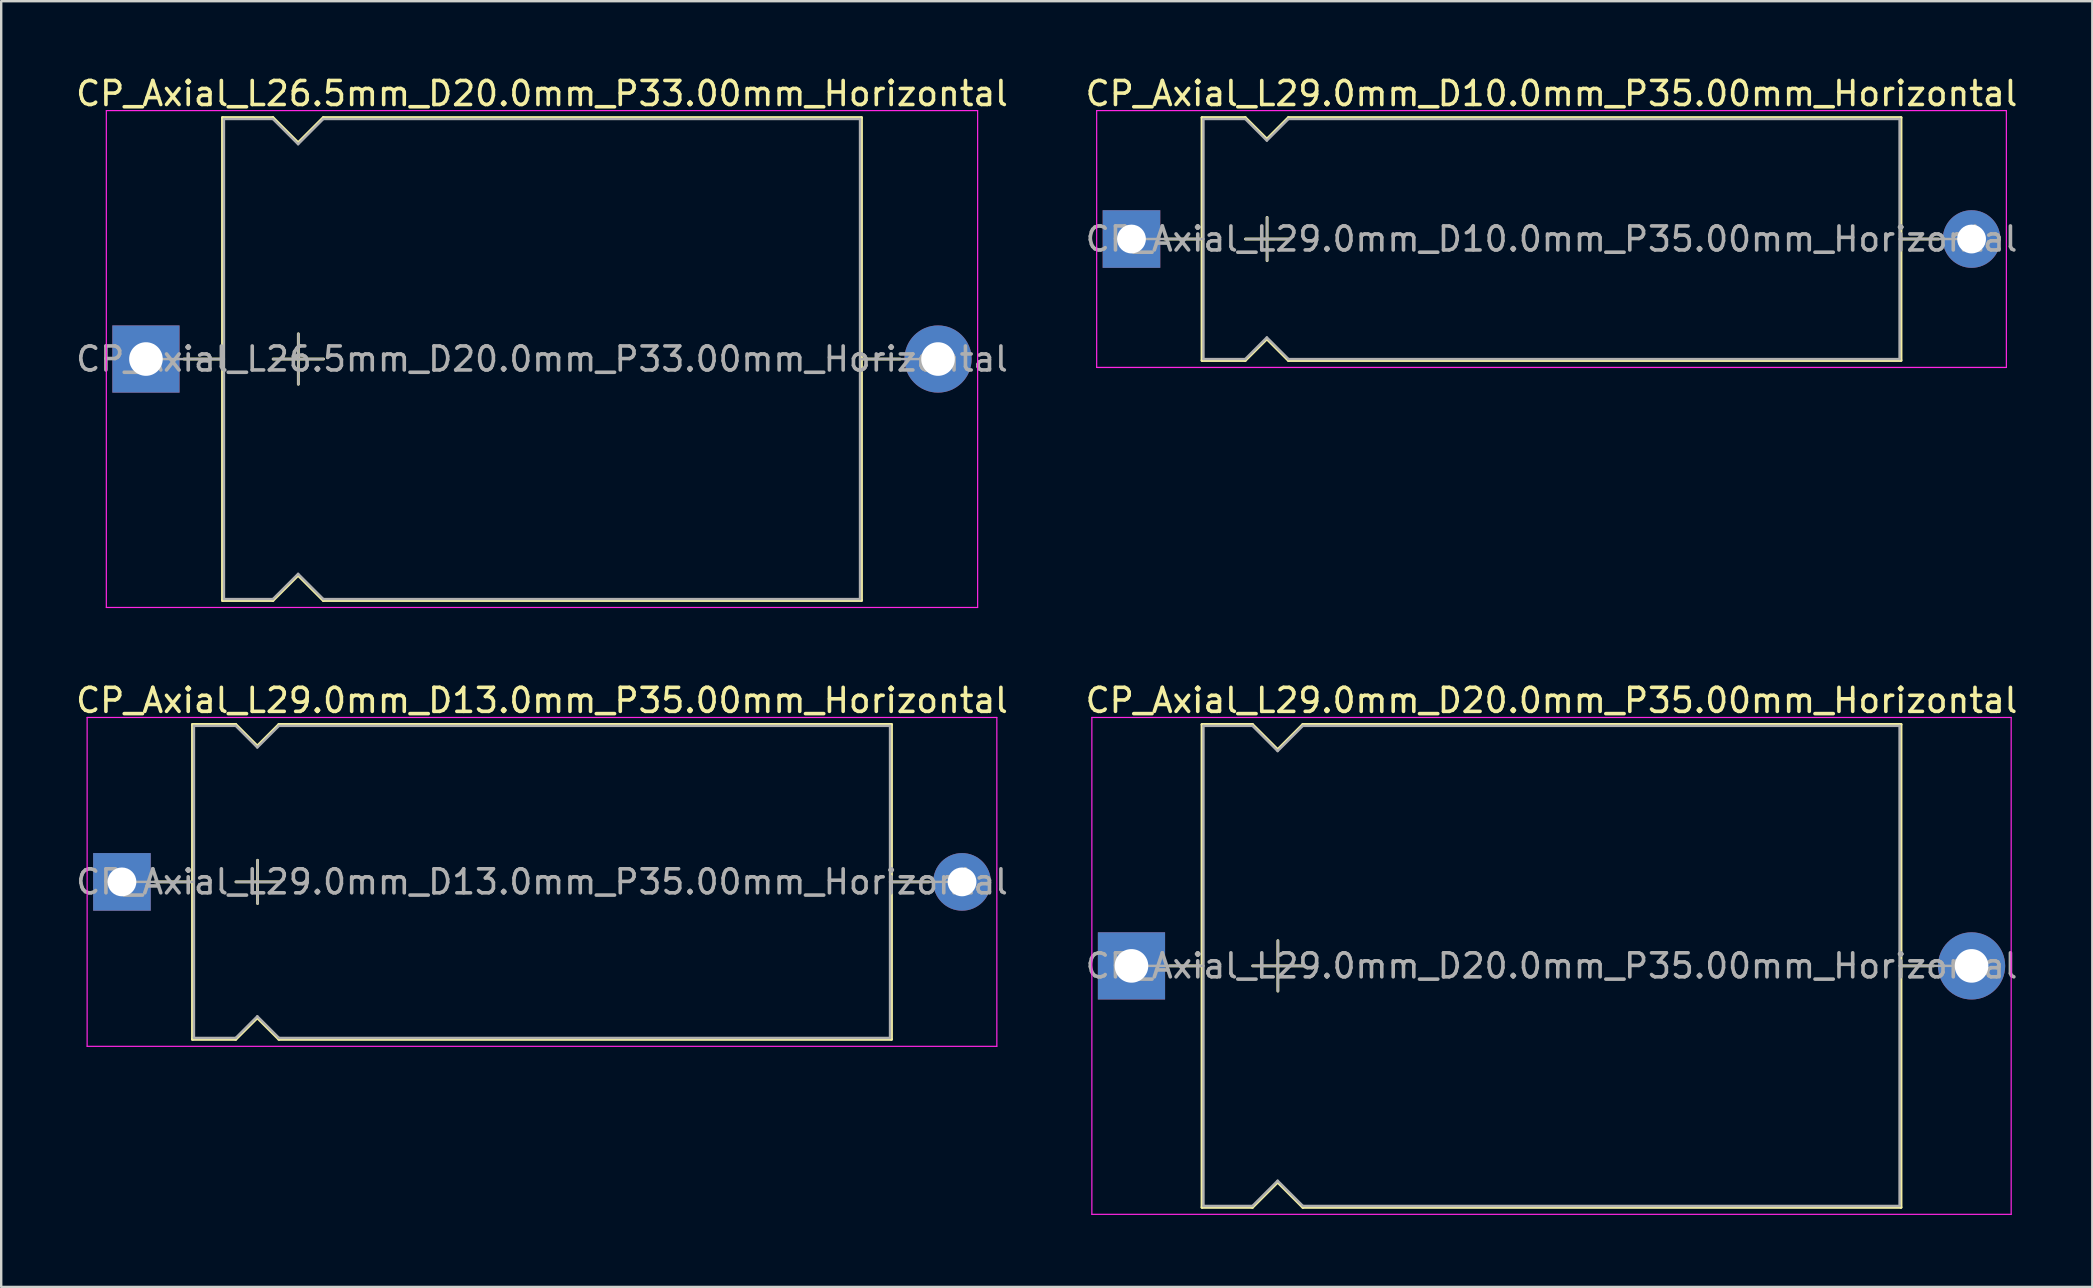
<source format=kicad_pcb>
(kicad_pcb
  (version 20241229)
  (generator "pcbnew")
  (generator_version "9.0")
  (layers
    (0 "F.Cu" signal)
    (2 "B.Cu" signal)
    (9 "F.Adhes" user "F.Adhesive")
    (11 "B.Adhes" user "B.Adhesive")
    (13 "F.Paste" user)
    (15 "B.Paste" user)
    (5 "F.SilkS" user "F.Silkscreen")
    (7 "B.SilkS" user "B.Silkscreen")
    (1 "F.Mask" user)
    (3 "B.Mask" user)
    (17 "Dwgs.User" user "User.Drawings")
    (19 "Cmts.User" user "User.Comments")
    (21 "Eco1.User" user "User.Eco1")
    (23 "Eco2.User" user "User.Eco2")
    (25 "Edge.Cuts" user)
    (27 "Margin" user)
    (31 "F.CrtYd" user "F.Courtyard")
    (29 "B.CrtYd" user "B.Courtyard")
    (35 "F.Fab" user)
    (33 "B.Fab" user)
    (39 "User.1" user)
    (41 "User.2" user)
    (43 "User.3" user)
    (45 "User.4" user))
  (footprint "CP_Axial_L29.0mm_D20.0mm_P35.00mm_Horizontal"
    (layer "F.Cu")
    (at 44.089 37.191)
    (property "Reference" "CP_Axial_L29.0mm_D20.0mm_P35.00mm_Horizontal" (at 17.5 -11.06 0) (layer "F.SilkS") (effects (font (size 1 1) (thickness 0.15))))
    (attr through_hole)
    (fp_line (start 1.58 0) (end 2.94 0) (stroke (width 0.12) (type solid)) (layer "F.SilkS"))
    (fp_line (start 2.94 -10.06) (end 2.94 10.06) (stroke (width 0.12) (type solid)) (layer "F.SilkS"))
    (fp_line (start 2.94 -10.06) (end 5.04 -10.06) (stroke (width 0.12) (type solid)) (layer "F.SilkS"))
    (fp_line (start 2.94 10.06) (end 5.04 10.06) (stroke (width 0.12) (type solid)) (layer "F.SilkS"))
    (fp_line (start 5.04 -10.06) (end 6.09 -9.01) (stroke (width 0.12) (type solid)) (layer "F.SilkS"))
    (fp_line (start 5.04 10.06) (end 6.09 9.01) (stroke (width 0.12) (type solid)) (layer "F.SilkS"))
    (fp_line (start 5.05 0) (end 7.15 0) (stroke (width 0.12) (type solid)) (layer "F.SilkS"))
    (fp_line (start 6.09 -9.01) (end 7.14 -10.06) (stroke (width 0.12) (type solid)) (layer "F.SilkS"))
    (fp_line (start 6.09 9.01) (end 7.14 10.06) (stroke (width 0.12) (type solid)) (layer "F.SilkS"))
    (fp_line (start 6.1 -1.05) (end 6.1 1.05) (stroke (width 0.12) (type solid)) (layer "F.SilkS"))
    (fp_line (start 7.14 -10.06) (end 32.06 -10.06) (stroke (width 0.12) (type solid)) (layer "F.SilkS"))
    (fp_line (start 7.14 10.06) (end 32.06 10.06) (stroke (width 0.12) (type solid)) (layer "F.SilkS"))
    (fp_line (start 32.06 -10.06) (end 32.06 10.06) (stroke (width 0.12) (type solid)) (layer "F.SilkS"))
    (fp_line (start 33.42 0) (end 32.06 0) (stroke (width 0.12) (type solid)) (layer "F.SilkS"))
    (fp_line (start -1.65 -10.35) (end -1.65 10.35) (stroke (width 0.05) (type solid)) (layer "F.CrtYd"))
    (fp_line (start -1.65 10.35) (end 36.65 10.35) (stroke (width 0.05) (type solid)) (layer "F.CrtYd"))
    (fp_line (start 36.65 -10.35) (end -1.65 -10.35) (stroke (width 0.05) (type solid)) (layer "F.CrtYd"))
    (fp_line (start 36.65 10.35) (end 36.65 -10.35) (stroke (width 0.05) (type solid)) (layer "F.CrtYd"))
    (fp_line (start 0 0) (end 3 0) (stroke (width 0.1) (type solid)) (layer "F.Fab"))
    (fp_line (start 3 -10) (end 3 10) (stroke (width 0.1) (type solid)) (layer "F.Fab"))
    (fp_line (start 3 -10) (end 5.04 -10) (stroke (width 0.1) (type solid)) (layer "F.Fab"))
    (fp_line (start 3 10) (end 5.04 10) (stroke (width 0.1) (type solid)) (layer "F.Fab"))
    (fp_line (start 5.04 -10) (end 6.09 -8.95) (stroke (width 0.1) (type solid)) (layer "F.Fab"))
    (fp_line (start 5.04 10) (end 6.09 8.95) (stroke (width 0.1) (type solid)) (layer "F.Fab"))
    (fp_line (start 5.05 0) (end 7.15 0) (stroke (width 0.1) (type solid)) (layer "F.Fab"))
    (fp_line (start 6.09 -8.95) (end 7.14 -10) (stroke (width 0.1) (type solid)) (layer "F.Fab"))
    (fp_line (start 6.09 8.95) (end 7.14 10) (stroke (width 0.1) (type solid)) (layer "F.Fab"))
    (fp_line (start 6.1 -1.05) (end 6.1 1.05) (stroke (width 0.1) (type solid)) (layer "F.Fab"))
    (fp_line (start 7.14 -10) (end 32 -10) (stroke (width 0.1) (type solid)) (layer "F.Fab"))
    (fp_line (start 7.14 10) (end 32 10) (stroke (width 0.1) (type solid)) (layer "F.Fab"))
    (fp_line (start 32 -10) (end 32 10) (stroke (width 0.1) (type solid)) (layer "F.Fab"))
    (fp_line (start 35 0) (end 32 0) (stroke (width 0.1) (type solid)) (layer "F.Fab"))
    (fp_text user "${REFERENCE}" (at 17.5 0 0) (layer "F.Fab") (effects (font (size 1 1) (thickness 0.15))))
    (pad "1" thru_hole rect (at 0 0) (size 2.8 2.8) (drill 1.4) (layers "*.Cu" "*.Mask"))
    (pad "2" thru_hole oval (at 35 0) (size 2.8 2.8) (drill 1.4) (layers "*.Cu" "*.Mask")))
  (footprint "CP_Axial_L29.0mm_D13.0mm_P35.00mm_Horizontal"
    (layer "F.Cu")
    (at 2.03 33.691)
    (property "Reference" "CP_Axial_L29.0mm_D13.0mm_P35.00mm_Horizontal" (at 17.5 -7.56 0) (layer "F.SilkS") (effects (font (size 1 1) (thickness 0.15))))
    (attr through_hole)
    (fp_line (start 1.38 0) (end 2.94 0) (stroke (width 0.12) (type solid)) (layer "F.SilkS"))
    (fp_line (start 2.94 -6.56) (end 2.94 6.56) (stroke (width 0.12) (type solid)) (layer "F.SilkS"))
    (fp_line (start 2.94 -6.56) (end 4.74 -6.56) (stroke (width 0.12) (type solid)) (layer "F.SilkS"))
    (fp_line (start 2.94 6.56) (end 4.74 6.56) (stroke (width 0.12) (type solid)) (layer "F.SilkS"))
    (fp_line (start 4.74 -6.56) (end 5.64 -5.66) (stroke (width 0.12) (type solid)) (layer "F.SilkS"))
    (fp_line (start 4.74 6.56) (end 5.64 5.66) (stroke (width 0.12) (type solid)) (layer "F.SilkS"))
    (fp_line (start 4.75 0) (end 6.55 0) (stroke (width 0.12) (type solid)) (layer "F.SilkS"))
    (fp_line (start 5.64 -5.66) (end 6.54 -6.56) (stroke (width 0.12) (type solid)) (layer "F.SilkS"))
    (fp_line (start 5.64 5.66) (end 6.54 6.56) (stroke (width 0.12) (type solid)) (layer "F.SilkS"))
    (fp_line (start 5.65 -0.9) (end 5.65 0.9) (stroke (width 0.12) (type solid)) (layer "F.SilkS"))
    (fp_line (start 6.54 -6.56) (end 32.06 -6.56) (stroke (width 0.12) (type solid)) (layer "F.SilkS"))
    (fp_line (start 6.54 6.56) (end 32.06 6.56) (stroke (width 0.12) (type solid)) (layer "F.SilkS"))
    (fp_line (start 32.06 -6.56) (end 32.06 6.56) (stroke (width 0.12) (type solid)) (layer "F.SilkS"))
    (fp_line (start 33.62 0) (end 32.06 0) (stroke (width 0.12) (type solid)) (layer "F.SilkS"))
    (fp_line (start -1.45 -6.85) (end -1.45 6.85) (stroke (width 0.05) (type solid)) (layer "F.CrtYd"))
    (fp_line (start -1.45 6.85) (end 36.45 6.85) (stroke (width 0.05) (type solid)) (layer "F.CrtYd"))
    (fp_line (start 36.45 -6.85) (end -1.45 -6.85) (stroke (width 0.05) (type solid)) (layer "F.CrtYd"))
    (fp_line (start 36.45 6.85) (end 36.45 -6.85) (stroke (width 0.05) (type solid)) (layer "F.CrtYd"))
    (fp_line (start 0 0) (end 3 0) (stroke (width 0.1) (type solid)) (layer "F.Fab"))
    (fp_line (start 3 -6.5) (end 3 6.5) (stroke (width 0.1) (type solid)) (layer "F.Fab"))
    (fp_line (start 3 -6.5) (end 4.74 -6.5) (stroke (width 0.1) (type solid)) (layer "F.Fab"))
    (fp_line (start 3 6.5) (end 4.74 6.5) (stroke (width 0.1) (type solid)) (layer "F.Fab"))
    (fp_line (start 4.74 -6.5) (end 5.64 -5.6) (stroke (width 0.1) (type solid)) (layer "F.Fab"))
    (fp_line (start 4.74 6.5) (end 5.64 5.6) (stroke (width 0.1) (type solid)) (layer "F.Fab"))
    (fp_line (start 4.75 0) (end 6.55 0) (stroke (width 0.1) (type solid)) (layer "F.Fab"))
    (fp_line (start 5.64 -5.6) (end 6.54 -6.5) (stroke (width 0.1) (type solid)) (layer "F.Fab"))
    (fp_line (start 5.64 5.6) (end 6.54 6.5) (stroke (width 0.1) (type solid)) (layer "F.Fab"))
    (fp_line (start 5.65 -0.9) (end 5.65 0.9) (stroke (width 0.1) (type solid)) (layer "F.Fab"))
    (fp_line (start 6.54 -6.5) (end 32 -6.5) (stroke (width 0.1) (type solid)) (layer "F.Fab"))
    (fp_line (start 6.54 6.5) (end 32 6.5) (stroke (width 0.1) (type solid)) (layer "F.Fab"))
    (fp_line (start 32 -6.5) (end 32 6.5) (stroke (width 0.1) (type solid)) (layer "F.Fab"))
    (fp_line (start 35 0) (end 32 0) (stroke (width 0.1) (type solid)) (layer "F.Fab"))
    (fp_text user "${REFERENCE}" (at 17.5 0 0) (layer "F.Fab") (effects (font (size 1 1) (thickness 0.15))))
    (pad "1" thru_hole rect (at 0 0) (size 2.4 2.4) (drill 1.2) (layers "*.Cu" "*.Mask"))
    (pad "2" thru_hole oval (at 35 0) (size 2.4 2.4) (drill 1.2) (layers "*.Cu" "*.Mask")))
  (footprint "CP_Axial_L29.0mm_D10.0mm_P35.00mm_Horizontal"
    (layer "F.Cu")
    (at 44.089 6.908)
    (property "Reference" "CP_Axial_L29.0mm_D10.0mm_P35.00mm_Horizontal" (at 17.5 -6.06 0) (layer "F.SilkS") (effects (font (size 1 1) (thickness 0.15))))
    (attr through_hole)
    (fp_line (start 1.38 0) (end 2.94 0) (stroke (width 0.12) (type solid)) (layer "F.SilkS"))
    (fp_line (start 2.94 -5.06) (end 2.94 5.06) (stroke (width 0.12) (type solid)) (layer "F.SilkS"))
    (fp_line (start 2.94 -5.06) (end 4.74 -5.06) (stroke (width 0.12) (type solid)) (layer "F.SilkS"))
    (fp_line (start 2.94 5.06) (end 4.74 5.06) (stroke (width 0.12) (type solid)) (layer "F.SilkS"))
    (fp_line (start 4.74 -5.06) (end 5.64 -4.16) (stroke (width 0.12) (type solid)) (layer "F.SilkS"))
    (fp_line (start 4.74 5.06) (end 5.64 4.16) (stroke (width 0.12) (type solid)) (layer "F.SilkS"))
    (fp_line (start 4.75 0) (end 6.55 0) (stroke (width 0.12) (type solid)) (layer "F.SilkS"))
    (fp_line (start 5.64 -4.16) (end 6.54 -5.06) (stroke (width 0.12) (type solid)) (layer "F.SilkS"))
    (fp_line (start 5.64 4.16) (end 6.54 5.06) (stroke (width 0.12) (type solid)) (layer "F.SilkS"))
    (fp_line (start 5.65 -0.9) (end 5.65 0.9) (stroke (width 0.12) (type solid)) (layer "F.SilkS"))
    (fp_line (start 6.54 -5.06) (end 32.06 -5.06) (stroke (width 0.12) (type solid)) (layer "F.SilkS"))
    (fp_line (start 6.54 5.06) (end 32.06 5.06) (stroke (width 0.12) (type solid)) (layer "F.SilkS"))
    (fp_line (start 32.06 -5.06) (end 32.06 5.06) (stroke (width 0.12) (type solid)) (layer "F.SilkS"))
    (fp_line (start 33.62 0) (end 32.06 0) (stroke (width 0.12) (type solid)) (layer "F.SilkS"))
    (fp_line (start -1.45 -5.35) (end -1.45 5.35) (stroke (width 0.05) (type solid)) (layer "F.CrtYd"))
    (fp_line (start -1.45 5.35) (end 36.45 5.35) (stroke (width 0.05) (type solid)) (layer "F.CrtYd"))
    (fp_line (start 36.45 -5.35) (end -1.45 -5.35) (stroke (width 0.05) (type solid)) (layer "F.CrtYd"))
    (fp_line (start 36.45 5.35) (end 36.45 -5.35) (stroke (width 0.05) (type solid)) (layer "F.CrtYd"))
    (fp_line (start 0 0) (end 3 0) (stroke (width 0.1) (type solid)) (layer "F.Fab"))
    (fp_line (start 3 -5) (end 3 5) (stroke (width 0.1) (type solid)) (layer "F.Fab"))
    (fp_line (start 3 -5) (end 4.74 -5) (stroke (width 0.1) (type solid)) (layer "F.Fab"))
    (fp_line (start 3 5) (end 4.74 5) (stroke (width 0.1) (type solid)) (layer "F.Fab"))
    (fp_line (start 4.74 -5) (end 5.64 -4.1) (stroke (width 0.1) (type solid)) (layer "F.Fab"))
    (fp_line (start 4.74 5) (end 5.64 4.1) (stroke (width 0.1) (type solid)) (layer "F.Fab"))
    (fp_line (start 4.75 0) (end 6.55 0) (stroke (width 0.1) (type solid)) (layer "F.Fab"))
    (fp_line (start 5.64 -4.1) (end 6.54 -5) (stroke (width 0.1) (type solid)) (layer "F.Fab"))
    (fp_line (start 5.64 4.1) (end 6.54 5) (stroke (width 0.1) (type solid)) (layer "F.Fab"))
    (fp_line (start 5.65 -0.9) (end 5.65 0.9) (stroke (width 0.1) (type solid)) (layer "F.Fab"))
    (fp_line (start 6.54 -5) (end 32 -5) (stroke (width 0.1) (type solid)) (layer "F.Fab"))
    (fp_line (start 6.54 5) (end 32 5) (stroke (width 0.1) (type solid)) (layer "F.Fab"))
    (fp_line (start 32 -5) (end 32 5) (stroke (width 0.1) (type solid)) (layer "F.Fab"))
    (fp_line (start 35 0) (end 32 0) (stroke (width 0.1) (type solid)) (layer "F.Fab"))
    (fp_text user "${REFERENCE}" (at 17.5 0 0) (layer "F.Fab") (effects (font (size 1 1) (thickness 0.15))))
    (pad "1" thru_hole rect (at 0 0) (size 2.4 2.4) (drill 1.2) (layers "*.Cu" "*.Mask"))
    (pad "2" thru_hole oval (at 35 0) (size 2.4 2.4) (drill 1.2) (layers "*.Cu" "*.Mask")))
  (footprint "CP_Axial_L26.5mm_D20.0mm_P33.00mm_Horizontal"
    (layer "F.Cu")
    (at 3.03 11.908)
    (property "Reference" "CP_Axial_L26.5mm_D20.0mm_P33.00mm_Horizontal" (at 16.5 -11.06 0) (layer "F.SilkS") (effects (font (size 1 1) (thickness 0.15))))
    (attr through_hole)
    (fp_line (start 1.58 0) (end 3.19 0) (stroke (width 0.12) (type solid)) (layer "F.SilkS"))
    (fp_line (start 3.19 -10.06) (end 3.19 10.06) (stroke (width 0.12) (type solid)) (layer "F.SilkS"))
    (fp_line (start 3.19 -10.06) (end 5.29 -10.06) (stroke (width 0.12) (type solid)) (layer "F.SilkS"))
    (fp_line (start 3.19 10.06) (end 5.29 10.06) (stroke (width 0.12) (type solid)) (layer "F.SilkS"))
    (fp_line (start 5.29 -10.06) (end 6.34 -9.01) (stroke (width 0.12) (type solid)) (layer "F.SilkS"))
    (fp_line (start 5.29 10.06) (end 6.34 9.01) (stroke (width 0.12) (type solid)) (layer "F.SilkS"))
    (fp_line (start 5.3 0) (end 7.4 0) (stroke (width 0.12) (type solid)) (layer "F.SilkS"))
    (fp_line (start 6.34 -9.01) (end 7.39 -10.06) (stroke (width 0.12) (type solid)) (layer "F.SilkS"))
    (fp_line (start 6.34 9.01) (end 7.39 10.06) (stroke (width 0.12) (type solid)) (layer "F.SilkS"))
    (fp_line (start 6.35 -1.05) (end 6.35 1.05) (stroke (width 0.12) (type solid)) (layer "F.SilkS"))
    (fp_line (start 7.39 -10.06) (end 29.81 -10.06) (stroke (width 0.12) (type solid)) (layer "F.SilkS"))
    (fp_line (start 7.39 10.06) (end 29.81 10.06) (stroke (width 0.12) (type solid)) (layer "F.SilkS"))
    (fp_line (start 29.81 -10.06) (end 29.81 10.06) (stroke (width 0.12) (type solid)) (layer "F.SilkS"))
    (fp_line (start 31.42 0) (end 29.81 0) (stroke (width 0.12) (type solid)) (layer "F.SilkS"))
    (fp_line (start -1.65 -10.35) (end -1.65 10.35) (stroke (width 0.05) (type solid)) (layer "F.CrtYd"))
    (fp_line (start -1.65 10.35) (end 34.65 10.35) (stroke (width 0.05) (type solid)) (layer "F.CrtYd"))
    (fp_line (start 34.65 -10.35) (end -1.65 -10.35) (stroke (width 0.05) (type solid)) (layer "F.CrtYd"))
    (fp_line (start 34.65 10.35) (end 34.65 -10.35) (stroke (width 0.05) (type solid)) (layer "F.CrtYd"))
    (fp_line (start 0 0) (end 3.25 0) (stroke (width 0.1) (type solid)) (layer "F.Fab"))
    (fp_line (start 3.25 -10) (end 3.25 10) (stroke (width 0.1) (type solid)) (layer "F.Fab"))
    (fp_line (start 3.25 -10) (end 5.29 -10) (stroke (width 0.1) (type solid)) (layer "F.Fab"))
    (fp_line (start 3.25 10) (end 5.29 10) (stroke (width 0.1) (type solid)) (layer "F.Fab"))
    (fp_line (start 5.29 -10) (end 6.34 -8.95) (stroke (width 0.1) (type solid)) (layer "F.Fab"))
    (fp_line (start 5.29 10) (end 6.34 8.95) (stroke (width 0.1) (type solid)) (layer "F.Fab"))
    (fp_line (start 5.3 0) (end 7.4 0) (stroke (width 0.1) (type solid)) (layer "F.Fab"))
    (fp_line (start 6.34 -8.95) (end 7.39 -10) (stroke (width 0.1) (type solid)) (layer "F.Fab"))
    (fp_line (start 6.34 8.95) (end 7.39 10) (stroke (width 0.1) (type solid)) (layer "F.Fab"))
    (fp_line (start 6.35 -1.05) (end 6.35 1.05) (stroke (width 0.1) (type solid)) (layer "F.Fab"))
    (fp_line (start 7.39 -10) (end 29.75 -10) (stroke (width 0.1) (type solid)) (layer "F.Fab"))
    (fp_line (start 7.39 10) (end 29.75 10) (stroke (width 0.1) (type solid)) (layer "F.Fab"))
    (fp_line (start 29.75 -10) (end 29.75 10) (stroke (width 0.1) (type solid)) (layer "F.Fab"))
    (fp_line (start 33 0) (end 29.75 0) (stroke (width 0.1) (type solid)) (layer "F.Fab"))
    (fp_text user "${REFERENCE}" (at 16.5 0 0) (layer "F.Fab") (effects (font (size 1 1) (thickness 0.15))))
    (pad "1" thru_hole rect (at 0 0) (size 2.8 2.8) (drill 1.4) (layers "*.Cu" "*.Mask"))
    (pad "2" thru_hole oval (at 33 0) (size 2.8 2.8) (drill 1.4) (layers "*.Cu" "*.Mask")))
  (gr_rect
    (start -3 -3)
    (end 84.119 50.566)
    (stroke (width 0.1) (type default))
    (fill no)
    (layer "Edge.Cuts")))
</source>
